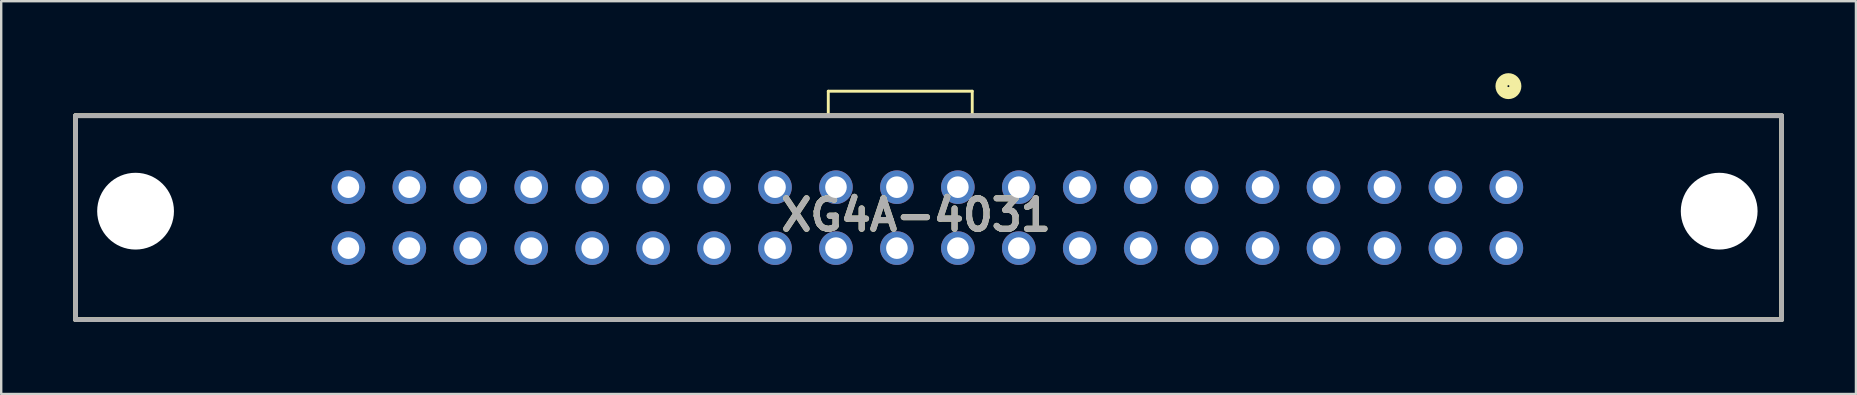
<source format=kicad_pcb>
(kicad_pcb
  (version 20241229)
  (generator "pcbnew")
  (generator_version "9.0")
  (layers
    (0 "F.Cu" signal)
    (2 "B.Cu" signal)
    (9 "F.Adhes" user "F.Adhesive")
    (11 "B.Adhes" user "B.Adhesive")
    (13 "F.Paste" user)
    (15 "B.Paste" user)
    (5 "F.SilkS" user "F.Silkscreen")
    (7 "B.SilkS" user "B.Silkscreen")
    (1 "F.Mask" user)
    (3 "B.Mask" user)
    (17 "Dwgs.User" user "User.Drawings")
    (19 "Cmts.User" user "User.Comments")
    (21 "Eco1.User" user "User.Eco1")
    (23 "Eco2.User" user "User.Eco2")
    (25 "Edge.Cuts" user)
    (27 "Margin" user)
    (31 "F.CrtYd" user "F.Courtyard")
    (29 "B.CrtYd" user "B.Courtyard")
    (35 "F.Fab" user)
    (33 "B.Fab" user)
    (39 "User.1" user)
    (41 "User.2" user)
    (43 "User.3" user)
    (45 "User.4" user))
  (footprint "XG4A-4031"
    (layer "F.Cu")
    (at 11.47 4.751)
    (property "Reference" "XG4A-4031" (at 23.66 1.159 0) (layer "F.SilkS") (effects (font (size 1.27 1.27) (thickness 0.254))))
    (attr through_hole)
    (fp_line (start -11.37 -2.98) (end -11.37 5.52) (stroke (width 0.2) (type solid)) (layer "F.SilkS"))
    (fp_line (start -11.37 -2.98) (end 59.63 -2.98) (stroke (width 0.2) (type solid)) (layer "F.SilkS"))
    (fp_line (start 20 -4) (end 26 -4) (stroke (width 0.12) (type solid)) (layer "F.SilkS"))
    (fp_line (start 20 -3) (end 20 -4) (stroke (width 0.12) (type solid)) (layer "F.SilkS"))
    (fp_line (start 26 -4) (end 26 -3) (stroke (width 0.12) (type solid)) (layer "F.SilkS"))
    (fp_line (start 59.63 5.52) (end -11.37 5.52) (stroke (width 0.2) (type solid)) (layer "F.SilkS"))
    (fp_line (start 59.73 -2.98) (end 59.73 5.52) (stroke (width 0.2) (type solid)) (layer "F.SilkS"))
    (fp_circle (center 48.346 -4.211) (end 48.346 -3.921) (stroke (width 0.5) (type solid)) (fill no) (layer "F.SilkS"))
    (fp_line (start -11.37 -2.98) (end 59.73 -2.98) (stroke (width 0.2) (type solid)) (layer "F.Fab"))
    (fp_line (start -11.37 5.52) (end -11.37 -2.98) (stroke (width 0.2) (type solid)) (layer "F.Fab"))
    (fp_line (start 59.73 -2.98) (end 59.73 5.52) (stroke (width 0.2) (type solid)) (layer "F.Fab"))
    (fp_line (start 59.73 5.52) (end -11.37 5.52) (stroke (width 0.2) (type solid)) (layer "F.Fab"))
    (fp_text user "${REFERENCE}" (at 23.66 1.159 0) (layer "F.Fab") (effects (font (size 1.27 1.27) (thickness 0.254))))
    (pad "" np_thru_hole circle (at -8.87 1) (size 3.2 3.2) (drill 3.2) (layers "*.Cu" "*.Mask"))
    (pad "" np_thru_hole circle (at 57.13 1) (size 3.2 3.2) (drill 3.2) (layers "*.Cu" "*.Mask"))
    (pad "1" thru_hole circle (at 48.26 0) (size 1.4 1.4) (drill 0.9) (layers "*.Cu" "*.Mask"))
    (pad "2" thru_hole circle (at 48.26 2.54) (size 1.4 1.4) (drill 0.9) (layers "*.Cu" "*.Mask"))
    (pad "3" thru_hole circle (at 45.72 0) (size 1.4 1.4) (drill 0.9) (layers "*.Cu" "*.Mask"))
    (pad "4" thru_hole circle (at 45.72 2.54) (size 1.4 1.4) (drill 0.9) (layers "*.Cu" "*.Mask"))
    (pad "5" thru_hole circle (at 43.18 0) (size 1.4 1.4) (drill 0.9) (layers "*.Cu" "*.Mask"))
    (pad "6" thru_hole circle (at 43.18 2.54) (size 1.4 1.4) (drill 0.9) (layers "*.Cu" "*.Mask"))
    (pad "7" thru_hole circle (at 40.64 0) (size 1.4 1.4) (drill 0.9) (layers "*.Cu" "*.Mask"))
    (pad "8" thru_hole circle (at 40.64 2.54) (size 1.4 1.4) (drill 0.9) (layers "*.Cu" "*.Mask"))
    (pad "9" thru_hole circle (at 38.1 0) (size 1.4 1.4) (drill 0.9) (layers "*.Cu" "*.Mask"))
    (pad "10" thru_hole circle (at 38.1 2.54) (size 1.4 1.4) (drill 0.9) (layers "*.Cu" "*.Mask"))
    (pad "11" thru_hole circle (at 35.56 0) (size 1.4 1.4) (drill 0.9) (layers "*.Cu" "*.Mask"))
    (pad "12" thru_hole circle (at 35.56 2.54) (size 1.4 1.4) (drill 0.9) (layers "*.Cu" "*.Mask"))
    (pad "13" thru_hole circle (at 33.02 0) (size 1.4 1.4) (drill 0.9) (layers "*.Cu" "*.Mask"))
    (pad "14" thru_hole circle (at 33.02 2.54) (size 1.4 1.4) (drill 0.9) (layers "*.Cu" "*.Mask"))
    (pad "15" thru_hole circle (at 30.48 0) (size 1.4 1.4) (drill 0.9) (layers "*.Cu" "*.Mask"))
    (pad "16" thru_hole circle (at 30.48 2.54) (size 1.4 1.4) (drill 0.9) (layers "*.Cu" "*.Mask"))
    (pad "17" thru_hole circle (at 27.94 0) (size 1.4 1.4) (drill 0.9) (layers "*.Cu" "*.Mask"))
    (pad "18" thru_hole circle (at 27.94 2.54) (size 1.4 1.4) (drill 0.9) (layers "*.Cu" "*.Mask"))
    (pad "19" thru_hole circle (at 25.4 0) (size 1.4 1.4) (drill 0.9) (layers "*.Cu" "*.Mask"))
    (pad "20" thru_hole circle (at 25.4 2.54) (size 1.4 1.4) (drill 0.9) (layers "*.Cu" "*.Mask"))
    (pad "21" thru_hole circle (at 22.86 0) (size 1.4 1.4) (drill 0.9) (layers "*.Cu" "*.Mask"))
    (pad "22" thru_hole circle (at 22.86 2.54) (size 1.4 1.4) (drill 0.9) (layers "*.Cu" "*.Mask"))
    (pad "23" thru_hole circle (at 20.32 0) (size 1.4 1.4) (drill 0.9) (layers "*.Cu" "*.Mask"))
    (pad "24" thru_hole circle (at 20.32 2.54) (size 1.4 1.4) (drill 0.9) (layers "*.Cu" "*.Mask"))
    (pad "25" thru_hole circle (at 17.78 0) (size 1.4 1.4) (drill 0.9) (layers "*.Cu" "*.Mask"))
    (pad "26" thru_hole circle (at 17.78 2.54) (size 1.4 1.4) (drill 0.9) (layers "*.Cu" "*.Mask"))
    (pad "27" thru_hole circle (at 15.24 0) (size 1.4 1.4) (drill 0.9) (layers "*.Cu" "*.Mask"))
    (pad "28" thru_hole circle (at 15.24 2.54) (size 1.4 1.4) (drill 0.9) (layers "*.Cu" "*.Mask"))
    (pad "29" thru_hole circle (at 12.7 0) (size 1.4 1.4) (drill 0.9) (layers "*.Cu" "*.Mask"))
    (pad "30" thru_hole circle (at 12.7 2.54) (size 1.4 1.4) (drill 0.9) (layers "*.Cu" "*.Mask"))
    (pad "31" thru_hole circle (at 10.16 0) (size 1.4 1.4) (drill 0.9) (layers "*.Cu" "*.Mask"))
    (pad "32" thru_hole circle (at 10.16 2.54) (size 1.4 1.4) (drill 0.9) (layers "*.Cu" "*.Mask"))
    (pad "33" thru_hole circle (at 7.62 0) (size 1.4 1.4) (drill 0.9) (layers "*.Cu" "*.Mask"))
    (pad "34" thru_hole circle (at 7.62 2.54) (size 1.4 1.4) (drill 0.9) (layers "*.Cu" "*.Mask"))
    (pad "35" thru_hole circle (at 5.08 0) (size 1.4 1.4) (drill 0.9) (layers "*.Cu" "*.Mask"))
    (pad "36" thru_hole circle (at 5.08 2.54) (size 1.4 1.4) (drill 0.9) (layers "*.Cu" "*.Mask"))
    (pad "37" thru_hole circle (at 2.54 0) (size 1.4 1.4) (drill 0.9) (layers "*.Cu" "*.Mask"))
    (pad "38" thru_hole circle (at 2.54 2.54) (size 1.4 1.4) (drill 0.9) (layers "*.Cu" "*.Mask"))
    (pad "39" thru_hole circle (at 0 0) (size 1.4 1.4) (drill 0.9) (layers "*.Cu" "*.Mask"))
    (pad "40" thru_hole circle (at 0 2.54) (size 1.4 1.4) (drill 0.9) (layers "*.Cu" "*.Mask")))
  (gr_rect
    (start -3 -3)
    (end 74.3 13.371)
    (stroke (width 0.1) (type default))
    (fill no)
    (layer "Edge.Cuts")))
</source>
